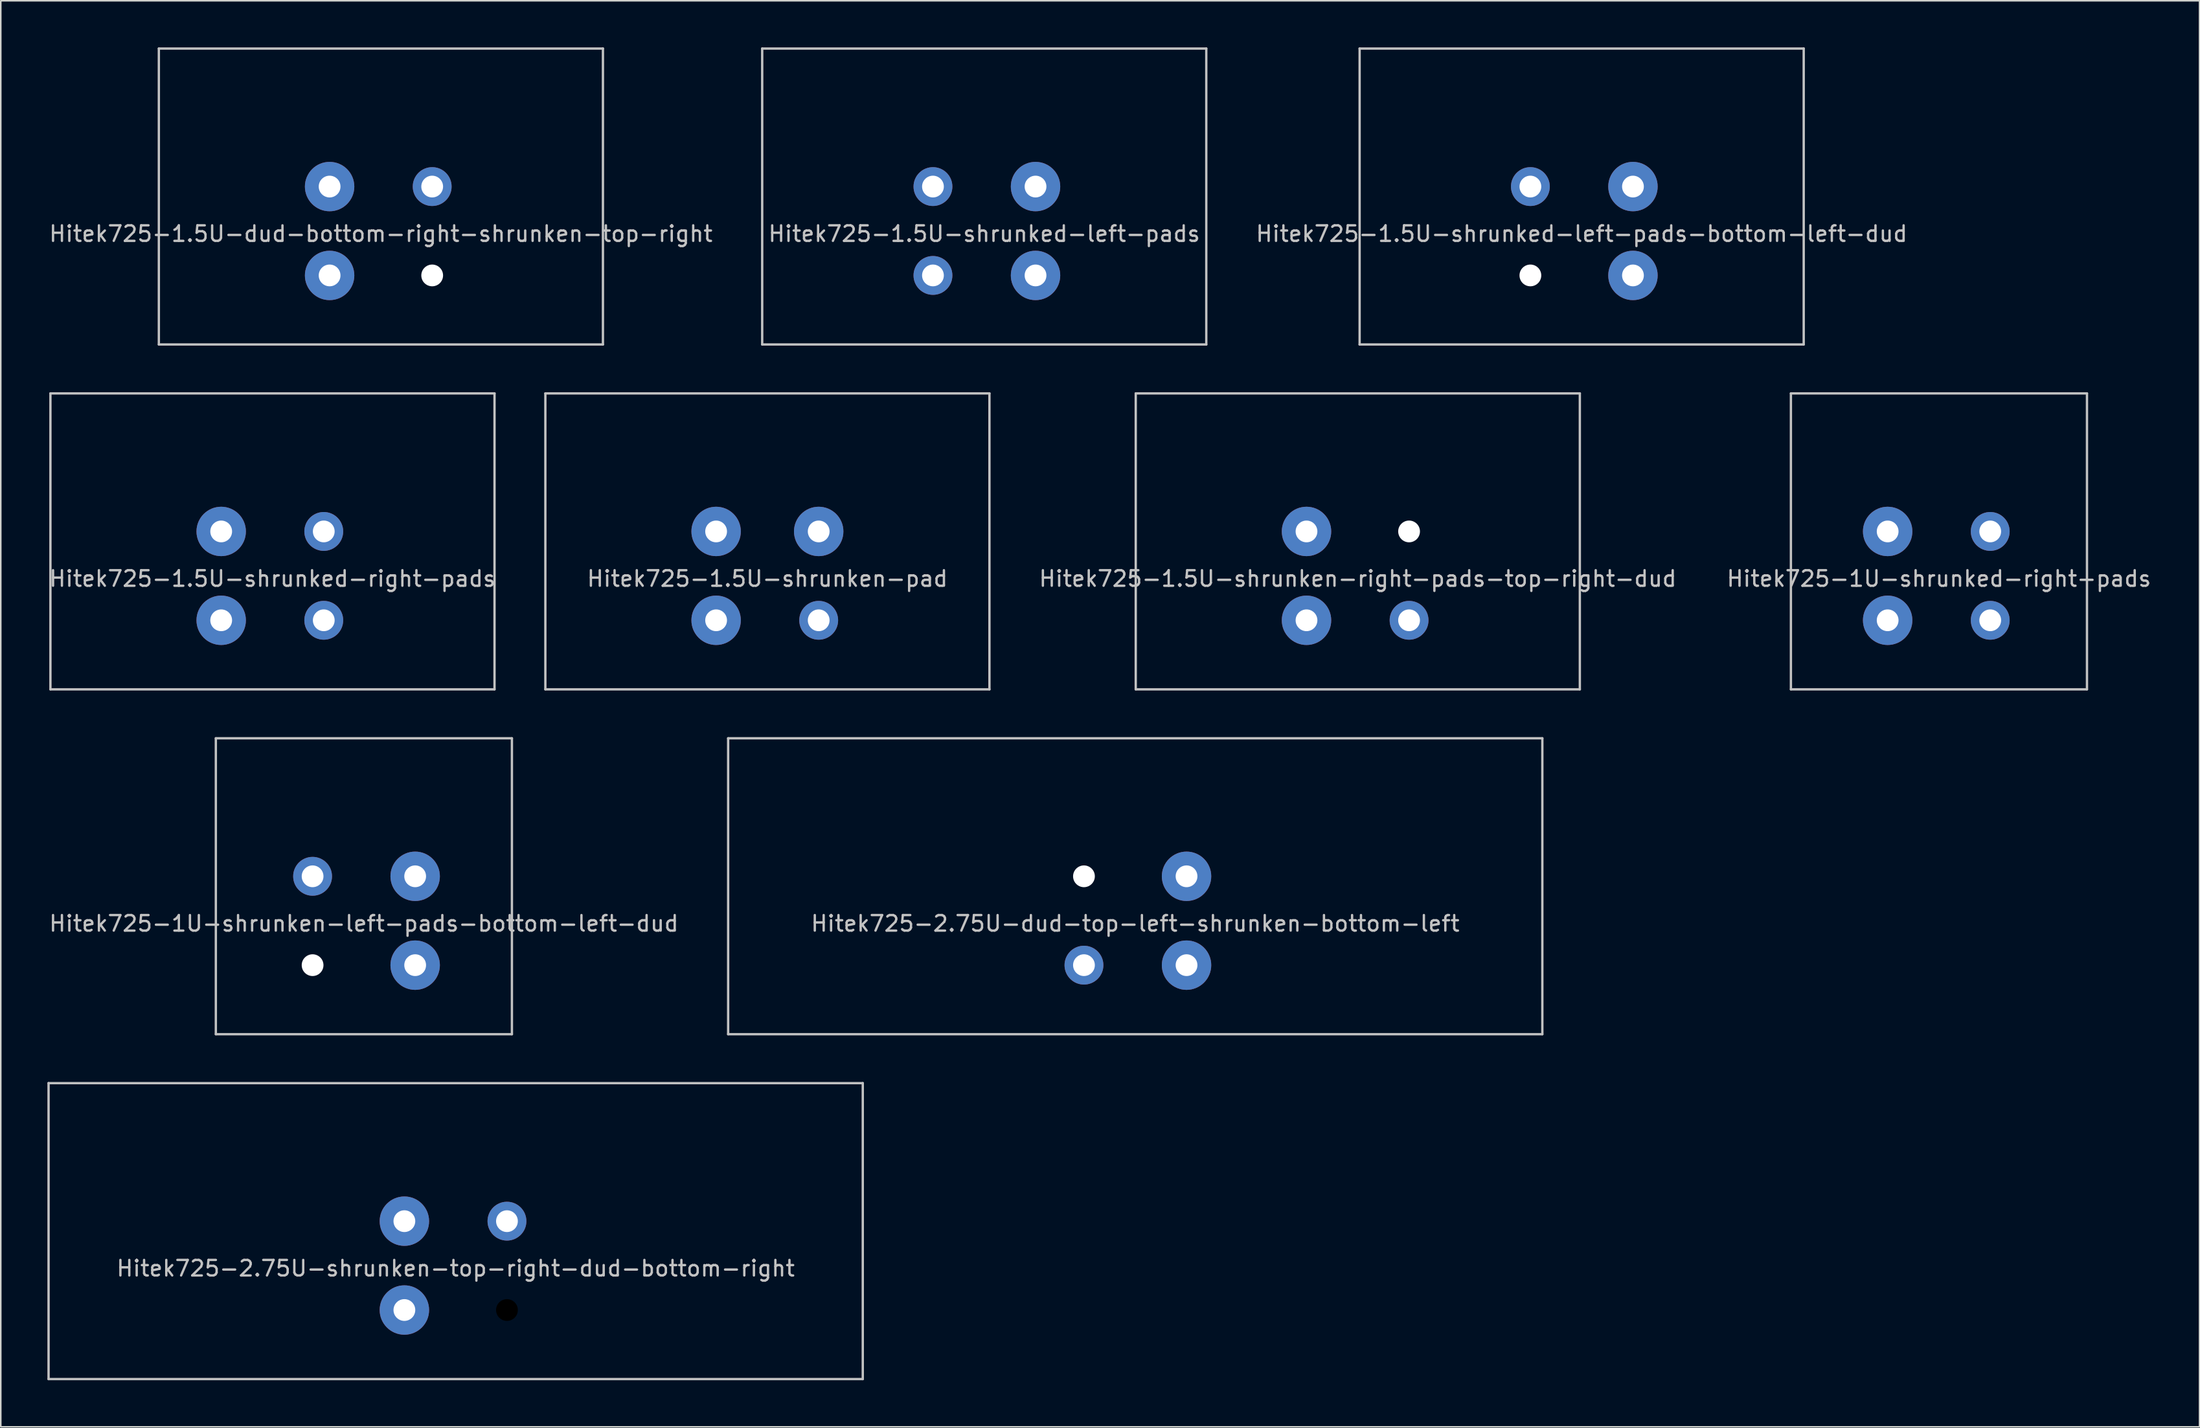
<source format=kicad_pcb>
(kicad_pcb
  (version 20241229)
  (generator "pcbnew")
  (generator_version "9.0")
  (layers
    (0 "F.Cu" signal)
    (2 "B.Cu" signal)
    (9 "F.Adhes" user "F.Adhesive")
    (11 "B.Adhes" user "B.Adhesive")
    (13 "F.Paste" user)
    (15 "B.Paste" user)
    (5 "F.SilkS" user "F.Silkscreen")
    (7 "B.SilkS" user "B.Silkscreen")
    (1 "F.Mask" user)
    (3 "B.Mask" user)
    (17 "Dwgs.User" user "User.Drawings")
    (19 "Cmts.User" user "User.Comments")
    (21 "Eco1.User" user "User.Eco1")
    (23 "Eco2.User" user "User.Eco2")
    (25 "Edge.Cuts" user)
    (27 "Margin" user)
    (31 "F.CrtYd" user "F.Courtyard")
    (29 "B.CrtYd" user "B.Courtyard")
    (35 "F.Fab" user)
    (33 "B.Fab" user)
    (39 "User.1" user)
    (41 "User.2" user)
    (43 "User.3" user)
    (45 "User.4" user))
  (footprint "Hitek725-2.75U-shrunken-top-right-dud-bottom-right"
    (layer "F.Cu")
    (at 26.269 76.2)
    (property "Reference" "Hitek725-2.75U-shrunken-top-right-dud-bottom-right" (at 0 2.4 0) (layer "Dwgs.User") (effects (font (size 1 1) (thickness 0.15))))
    (attr through_hole)
    (fp_line (start -26.194 -9.525) (end 26.194 -9.525) (stroke (width 0.15) (type solid)) (layer "Dwgs.User"))
    (fp_line (start -26.194 9.525) (end -26.194 -9.525) (stroke (width 0.15) (type solid)) (layer "Dwgs.User"))
    (fp_line (start 26.194 -9.525) (end 26.194 9.525) (stroke (width 0.15) (type solid)) (layer "Dwgs.User"))
    (fp_line (start 26.194 9.525) (end -26.194 9.525) (stroke (width 0.15) (type solid)) (layer "Dwgs.User"))
    (pad "" np_thru_hole circle (at 3.3 5.08) (size 1.4 1.4) (drill 1.4) (layers "*.Mask"))
    (pad "1" thru_hole circle (at -3.3 -0.64) (size 3.18 3.18) (drill 1.4) (layers "*.Cu" "B.Mask"))
    (pad "1" thru_hole circle (at -3.3 5.08) (size 3.18 3.18) (drill 1.4) (layers "*.Cu" "B.Mask"))
    (pad "2" thru_hole circle (at 3.3 -0.64) (size 2.5 2.5) (drill 1.4) (layers "*.Cu" "B.Mask")))
  (footprint "Hitek725-1U-shrunked-right-pads"
    (layer "F.Cu")
    (at 121.707 31.8)
    (property "Reference" "Hitek725-1U-shrunked-right-pads" (at 0 2.4 0) (layer "Dwgs.User") (effects (font (size 1 1) (thickness 0.15))))
    (attr through_hole)
    (fp_line (start -9.525 -9.525) (end 9.525 -9.525) (stroke (width 0.15) (type solid)) (layer "Dwgs.User"))
    (fp_line (start -9.525 9.525) (end -9.525 -9.525) (stroke (width 0.15) (type solid)) (layer "Dwgs.User"))
    (fp_line (start 9.525 -9.525) (end 9.525 9.525) (stroke (width 0.15) (type solid)) (layer "Dwgs.User"))
    (fp_line (start 9.525 9.525) (end -9.525 9.525) (stroke (width 0.15) (type solid)) (layer "Dwgs.User"))
    (pad "1" thru_hole circle (at -3.3 -0.64) (size 3.18 3.18) (drill 1.4) (layers "*.Cu" "B.Mask"))
    (pad "1" thru_hole circle (at -3.3 5.08) (size 3.18 3.18) (drill 1.4) (layers "*.Cu" "B.Mask"))
    (pad "2" thru_hole circle (at 3.3 -0.64) (size 2.5 2.5) (drill 1.4) (layers "*.Cu" "B.Mask"))
    (pad "2" thru_hole circle (at 3.3 5.08) (size 2.5 2.5) (drill 1.4) (layers "*.Cu" "B.Mask")))
  (footprint "Hitek725-1.5U-shrunked-right-pads"
    (layer "F.Cu")
    (at 14.482 31.8)
    (property "Reference" "Hitek725-1.5U-shrunked-right-pads" (at 0 2.4 0) (layer "Dwgs.User") (effects (font (size 1 1) (thickness 0.15))))
    (attr through_hole)
    (fp_line (start -14.287 -9.525) (end 14.287 -9.525) (stroke (width 0.15) (type solid)) (layer "Dwgs.User"))
    (fp_line (start -14.287 9.525) (end -14.287 -9.525) (stroke (width 0.15) (type solid)) (layer "Dwgs.User"))
    (fp_line (start 14.287 -9.525) (end 14.287 9.525) (stroke (width 0.15) (type solid)) (layer "Dwgs.User"))
    (fp_line (start 14.287 9.525) (end -14.287 9.525) (stroke (width 0.15) (type solid)) (layer "Dwgs.User"))
    (pad "1" thru_hole circle (at -3.3 -0.64) (size 3.18 3.18) (drill 1.4) (layers "*.Cu" "B.Mask"))
    (pad "1" thru_hole circle (at -3.3 5.08) (size 3.18 3.18) (drill 1.4) (layers "*.Cu" "B.Mask"))
    (pad "2" thru_hole circle (at 3.3 -0.64) (size 2.5 2.5) (drill 1.4) (layers "*.Cu" "B.Mask"))
    (pad "2" thru_hole circle (at 3.3 5.08) (size 2.5 2.5) (drill 1.4) (layers "*.Cu" "B.Mask")))
  (footprint "Hitek725-1.5U-shrunken-pad"
    (layer "F.Cu")
    (at 46.327 31.8)
    (property "Reference" "Hitek725-1.5U-shrunken-pad" (at 0 2.4 0) (layer "Dwgs.User") (effects (font (size 1 1) (thickness 0.15))))
    (attr through_hole)
    (fp_line (start -14.287 -9.525) (end 14.287 -9.525) (stroke (width 0.15) (type solid)) (layer "Dwgs.User"))
    (fp_line (start -14.287 9.525) (end -14.287 -9.525) (stroke (width 0.15) (type solid)) (layer "Dwgs.User"))
    (fp_line (start 14.287 -9.525) (end 14.287 9.525) (stroke (width 0.15) (type solid)) (layer "Dwgs.User"))
    (fp_line (start 14.287 9.525) (end -14.287 9.525) (stroke (width 0.15) (type solid)) (layer "Dwgs.User"))
    (pad "1" thru_hole circle (at -3.3 -0.64) (size 3.18 3.18) (drill 1.4) (layers "*.Cu" "B.Mask"))
    (pad "1" thru_hole circle (at -3.3 5.08) (size 3.18 3.18) (drill 1.4) (layers "*.Cu" "B.Mask"))
    (pad "2" thru_hole circle (at 3.3 -0.64) (size 3.18 3.18) (drill 1.4) (layers "*.Cu" "B.Mask"))
    (pad "2" thru_hole circle (at 3.3 5.08) (size 2.5 2.5) (drill 1.4) (layers "*.Cu" "B.Mask")))
  (footprint "Hitek725-1U-shrunken-left-pads-bottom-left-dud"
    (layer "F.Cu")
    (at 20.363 54)
    (property "Reference" "Hitek725-1U-shrunken-left-pads-bottom-left-dud" (at 0 2.4 0) (layer "Dwgs.User") (effects (font (size 1 1) (thickness 0.15))))
    (attr through_hole)
    (fp_line (start -9.525 -9.525) (end 9.525 -9.525) (stroke (width 0.15) (type solid)) (layer "Dwgs.User"))
    (fp_line (start -9.525 9.525) (end -9.525 -9.525) (stroke (width 0.15) (type solid)) (layer "Dwgs.User"))
    (fp_line (start 9.525 -9.525) (end 9.525 9.525) (stroke (width 0.15) (type solid)) (layer "Dwgs.User"))
    (fp_line (start 9.525 9.525) (end -9.525 9.525) (stroke (width 0.15) (type solid)) (layer "Dwgs.User"))
    (pad "" np_thru_hole circle (at -3.3 5.08) (size 1.4 1.4) (drill 1.4) (layers "*.Cu" "*.Mask"))
    (pad "1" thru_hole circle (at -3.3 -0.64) (size 2.5 2.5) (drill 1.4) (layers "*.Cu" "B.Mask"))
    (pad "2" thru_hole circle (at 3.3 -0.64) (size 3.18 3.18) (drill 1.4) (layers "*.Cu" "B.Mask"))
    (pad "2" thru_hole circle (at 3.3 5.08) (size 3.18 3.18) (drill 1.4) (layers "*.Cu" "B.Mask")))
  (footprint "Hitek725-1.5U-shrunked-left-pads"
    (layer "F.Cu")
    (at 60.279 9.6)
    (property "Reference" "Hitek725-1.5U-shrunked-left-pads" (at 0 2.4 0) (layer "Dwgs.User") (effects (font (size 1 1) (thickness 0.15))))
    (attr through_hole)
    (fp_line (start -14.287 -9.525) (end 14.287 -9.525) (stroke (width 0.15) (type solid)) (layer "Dwgs.User"))
    (fp_line (start -14.287 9.525) (end -14.287 -9.525) (stroke (width 0.15) (type solid)) (layer "Dwgs.User"))
    (fp_line (start 14.287 -9.525) (end 14.287 9.525) (stroke (width 0.15) (type solid)) (layer "Dwgs.User"))
    (fp_line (start 14.287 9.525) (end -14.287 9.525) (stroke (width 0.15) (type solid)) (layer "Dwgs.User"))
    (pad "1" thru_hole circle (at -3.3 -0.64) (size 2.5 2.5) (drill 1.4) (layers "*.Cu" "B.Mask"))
    (pad "1" thru_hole circle (at -3.3 5.08) (size 2.5 2.5) (drill 1.4) (layers "*.Cu" "B.Mask"))
    (pad "2" thru_hole circle (at 3.3 -0.64) (size 3.18 3.18) (drill 1.4) (layers "*.Cu" "B.Mask"))
    (pad "2" thru_hole circle (at 3.3 5.08) (size 3.18 3.18) (drill 1.4) (layers "*.Cu" "B.Mask")))
  (footprint "Hitek725-1.5U-shrunken-right-pads-top-right-dud"
    (layer "F.Cu")
    (at 84.314 31.8)
    (property "Reference" "Hitek725-1.5U-shrunken-right-pads-top-right-dud" (at 0 2.4 0) (layer "Dwgs.User") (effects (font (size 1 1) (thickness 0.15))))
    (attr through_hole)
    (fp_line (start -14.287 -9.525) (end 14.287 -9.525) (stroke (width 0.15) (type solid)) (layer "Dwgs.User"))
    (fp_line (start -14.287 9.525) (end -14.287 -9.525) (stroke (width 0.15) (type solid)) (layer "Dwgs.User"))
    (fp_line (start 14.287 -9.525) (end 14.287 9.525) (stroke (width 0.15) (type solid)) (layer "Dwgs.User"))
    (fp_line (start 14.287 9.525) (end -14.287 9.525) (stroke (width 0.15) (type solid)) (layer "Dwgs.User"))
    (pad "" np_thru_hole circle (at 3.3 -0.64) (size 1.4 1.4) (drill 1.4) (layers "*.Cu" "*.Mask"))
    (pad "1" thru_hole circle (at -3.3 -0.64) (size 3.18 3.18) (drill 1.4) (layers "*.Cu" "B.Mask"))
    (pad "1" thru_hole circle (at -3.3 5.08) (size 3.18 3.18) (drill 1.4) (layers "*.Cu" "B.Mask"))
    (pad "2" thru_hole circle (at 3.3 5.08) (size 2.5 2.5) (drill 1.4) (layers "*.Cu" "B.Mask")))
  (footprint "Hitek725-1.5U-dud-bottom-right-shrunken-top-right"
    (layer "F.Cu")
    (at 21.458 9.6)
    (property "Reference" "Hitek725-1.5U-dud-bottom-right-shrunken-top-right" (at 0 2.4 0) (layer "Dwgs.User") (effects (font (size 1 1) (thickness 0.15))))
    (attr through_hole)
    (fp_line (start -14.287 -9.525) (end 14.287 -9.525) (stroke (width 0.15) (type solid)) (layer "Dwgs.User"))
    (fp_line (start -14.287 9.525) (end -14.287 -9.525) (stroke (width 0.15) (type solid)) (layer "Dwgs.User"))
    (fp_line (start 14.287 -9.525) (end 14.287 9.525) (stroke (width 0.15) (type solid)) (layer "Dwgs.User"))
    (fp_line (start 14.287 9.525) (end -14.287 9.525) (stroke (width 0.15) (type solid)) (layer "Dwgs.User"))
    (pad "" np_thru_hole circle (at 3.3 5.08) (size 1.4 1.4) (drill 1.4) (layers "*.Cu" "*.Mask"))
    (pad "1" thru_hole circle (at -3.3 -0.64) (size 3.18 3.18) (drill 1.4) (layers "*.Cu" "B.Mask"))
    (pad "1" thru_hole circle (at -3.3 5.08) (size 3.18 3.18) (drill 1.4) (layers "*.Cu" "B.Mask"))
    (pad "2" thru_hole circle (at 3.3 -0.64) (size 2.5 2.5) (drill 1.4) (layers "*.Cu" "B.Mask")))
  (footprint "Hitek725-2.75U-dud-top-left-shrunken-bottom-left"
    (layer "F.Cu")
    (at 69.995 54)
    (property "Reference" "Hitek725-2.75U-dud-top-left-shrunken-bottom-left" (at 0 2.4 0) (layer "Dwgs.User") (effects (font (size 1 1) (thickness 0.15))))
    (attr through_hole)
    (fp_line (start -26.194 -9.525) (end 26.194 -9.525) (stroke (width 0.15) (type solid)) (layer "Dwgs.User"))
    (fp_line (start -26.194 9.525) (end -26.194 -9.525) (stroke (width 0.15) (type solid)) (layer "Dwgs.User"))
    (fp_line (start 26.194 -9.525) (end 26.194 9.525) (stroke (width 0.15) (type solid)) (layer "Dwgs.User"))
    (fp_line (start 26.194 9.525) (end -26.194 9.525) (stroke (width 0.15) (type solid)) (layer "Dwgs.User"))
    (pad "" np_thru_hole circle (at -3.3 -0.64) (size 1.4 1.4) (drill 1.4) (layers "*.Cu" "*.Mask"))
    (pad "1" thru_hole circle (at -3.3 5.08) (size 2.5 2.5) (drill 1.4) (layers "*.Cu" "B.Mask"))
    (pad "2" thru_hole circle (at 3.3 -0.64) (size 3.18 3.18) (drill 1.4) (layers "*.Cu" "B.Mask"))
    (pad "2" thru_hole circle (at 3.3 5.08) (size 3.18 3.18) (drill 1.4) (layers "*.Cu" "B.Mask")))
  (footprint "Hitek725-1.5U-shrunked-left-pads-bottom-left-dud"
    (layer "F.Cu")
    (at 98.719 9.6)
    (property "Reference" "Hitek725-1.5U-shrunked-left-pads-bottom-left-dud" (at 0 2.4 0) (layer "Dwgs.User") (effects (font (size 1 1) (thickness 0.15))))
    (attr through_hole)
    (fp_line (start -14.287 -9.525) (end 14.287 -9.525) (stroke (width 0.15) (type solid)) (layer "Dwgs.User"))
    (fp_line (start -14.287 9.525) (end -14.287 -9.525) (stroke (width 0.15) (type solid)) (layer "Dwgs.User"))
    (fp_line (start 14.287 -9.525) (end 14.287 9.525) (stroke (width 0.15) (type solid)) (layer "Dwgs.User"))
    (fp_line (start 14.287 9.525) (end -14.287 9.525) (stroke (width 0.15) (type solid)) (layer "Dwgs.User"))
    (pad "" np_thru_hole circle (at -3.3 5.08) (size 1.4 1.4) (drill 1.4) (layers "*.Cu" "*.Mask"))
    (pad "1" thru_hole circle (at -3.3 -0.64) (size 2.5 2.5) (drill 1.4) (layers "*.Cu" "B.Mask"))
    (pad "2" thru_hole circle (at 3.3 -0.64) (size 3.18 3.18) (drill 1.4) (layers "*.Cu" "B.Mask"))
    (pad "2" thru_hole circle (at 3.3 5.08) (size 3.18 3.18) (drill 1.4) (layers "*.Cu" "B.Mask")))
  (gr_rect
    (start -3 -3)
    (end 138.475 88.8)
    (stroke (width 0.1) (type default))
    (fill no)
    (layer "Edge.Cuts")))
</source>
